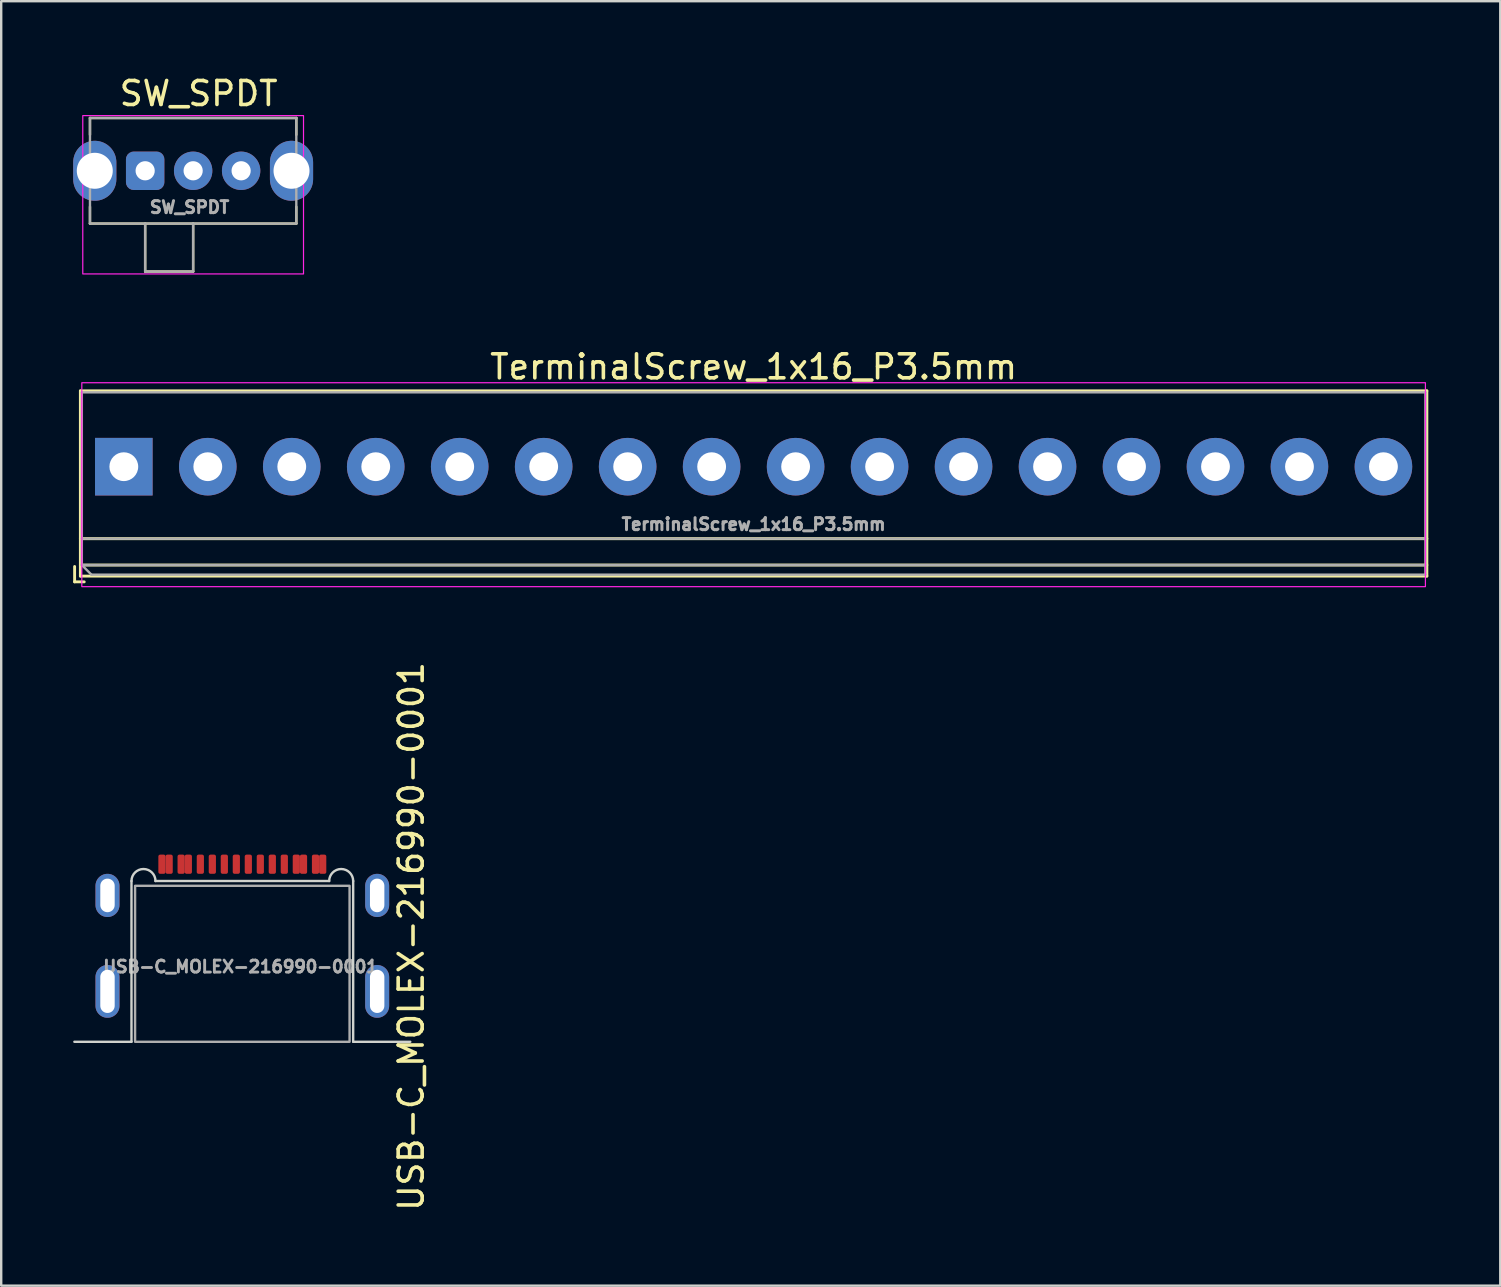
<source format=kicad_pcb>
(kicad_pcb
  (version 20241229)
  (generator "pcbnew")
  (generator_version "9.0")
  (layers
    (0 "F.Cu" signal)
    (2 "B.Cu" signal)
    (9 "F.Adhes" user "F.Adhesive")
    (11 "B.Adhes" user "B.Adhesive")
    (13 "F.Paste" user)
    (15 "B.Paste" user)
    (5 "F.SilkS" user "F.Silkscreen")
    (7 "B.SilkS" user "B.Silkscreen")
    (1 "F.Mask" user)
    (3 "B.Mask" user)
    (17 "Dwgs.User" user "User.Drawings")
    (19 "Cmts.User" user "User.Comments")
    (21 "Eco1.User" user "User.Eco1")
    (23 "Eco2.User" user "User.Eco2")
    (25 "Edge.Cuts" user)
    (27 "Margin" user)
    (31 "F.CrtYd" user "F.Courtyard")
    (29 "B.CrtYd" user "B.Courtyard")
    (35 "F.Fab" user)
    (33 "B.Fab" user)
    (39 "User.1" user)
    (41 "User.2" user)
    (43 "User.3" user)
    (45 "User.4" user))
  (footprint "TerminalScrew_1x16_P3.5mm"
    (layer "F.Cu")
    (at 28.36 16.401)
    (property "Reference" "TerminalScrew_1x16_P3.5mm" (at 0 -4.16 0) (layer "F.SilkS") (effects (font (size 1 1) (thickness 0.15))))
    (attr through_hole)
    (fp_line (start -28.3 4.16) (end -28.3 4.8) (stroke (width 0.12) (type solid)) (layer "F.SilkS"))
    (fp_line (start -28.3 4.8) (end -27.9 4.8) (stroke (width 0.12) (type solid)) (layer "F.SilkS"))
    (fp_line (start -28.06 -3.16) (end -28.06 4.56) (stroke (width 0.12) (type solid)) (layer "F.SilkS"))
    (fp_line (start -28.06 -3.16) (end 28.06 -3.16) (stroke (width 0.12) (type solid)) (layer "F.SilkS"))
    (fp_line (start -28.06 3) (end 28.06 3) (stroke (width 0.12) (type solid)) (layer "F.SilkS"))
    (fp_line (start -28.06 4.1) (end 28.06 4.1) (stroke (width 0.12) (type solid)) (layer "F.SilkS"))
    (fp_line (start -28.06 4.56) (end 28.06 4.56) (stroke (width 0.12) (type solid)) (layer "F.SilkS"))
    (fp_line (start 28.06 -3.16) (end 28.06 4.56) (stroke (width 0.12) (type solid)) (layer "F.SilkS"))
    (fp_rect (start -28 -3.5) (end 28 5) (stroke (width 0.05) (type default)) (fill no) (layer "F.CrtYd"))
    (fp_line (start -28 -3.1) (end 28 -3.1) (stroke (width 0.1) (type solid)) (layer "F.Fab"))
    (fp_line (start -28 3) (end 28 3) (stroke (width 0.1) (type solid)) (layer "F.Fab"))
    (fp_line (start -28 4.1) (end -28 -3.1) (stroke (width 0.1) (type solid)) (layer "F.Fab"))
    (fp_line (start -28 4.1) (end 28 4.1) (stroke (width 0.1) (type solid)) (layer "F.Fab"))
    (fp_line (start -27.6 4.5) (end -28 4.1) (stroke (width 0.1) (type solid)) (layer "F.Fab"))
    (fp_line (start 28 -3.1) (end 28 4.5) (stroke (width 0.1) (type solid)) (layer "F.Fab"))
    (fp_line (start 28 4.5) (end -27.6 4.5) (stroke (width 0.1) (type solid)) (layer "F.Fab"))
    (fp_text user "${REFERENCE}" (at 0 2.4 0) (layer "F.Fab") (effects (font (size 0.5 0.5) (thickness 0.125))))
    (pad "1" thru_hole rect (at -26.25 0) (size 2.4 2.4) (drill 1.2) (layers "*.Cu" "*.Mask"))
    (pad "2" thru_hole circle (at -22.75 0) (size 2.4 2.4) (drill 1.2) (layers "*.Cu" "*.Mask"))
    (pad "3" thru_hole circle (at -19.25 0) (size 2.4 2.4) (drill 1.2) (layers "*.Cu" "*.Mask"))
    (pad "4" thru_hole circle (at -15.75 0) (size 2.4 2.4) (drill 1.2) (layers "*.Cu" "*.Mask"))
    (pad "5" thru_hole circle (at -12.25 0) (size 2.4 2.4) (drill 1.2) (layers "*.Cu" "*.Mask"))
    (pad "6" thru_hole circle (at -8.75 0) (size 2.4 2.4) (drill 1.2) (layers "*.Cu" "*.Mask"))
    (pad "7" thru_hole circle (at -5.25 0) (size 2.4 2.4) (drill 1.2) (layers "*.Cu" "*.Mask"))
    (pad "8" thru_hole circle (at -1.75 0) (size 2.4 2.4) (drill 1.2) (layers "*.Cu" "*.Mask"))
    (pad "9" thru_hole circle (at 1.75 0) (size 2.4 2.4) (drill 1.2) (layers "*.Cu" "*.Mask"))
    (pad "10" thru_hole circle (at 5.25 0) (size 2.4 2.4) (drill 1.2) (layers "*.Cu" "*.Mask"))
    (pad "11" thru_hole circle (at 8.75 0) (size 2.4 2.4) (drill 1.2) (layers "*.Cu" "*.Mask"))
    (pad "12" thru_hole circle (at 12.25 0) (size 2.4 2.4) (drill 1.2) (layers "*.Cu" "*.Mask"))
    (pad "13" thru_hole circle (at 15.75 0) (size 2.4 2.4) (drill 1.2) (layers "*.Cu" "*.Mask"))
    (pad "14" thru_hole circle (at 19.25 0) (size 2.4 2.4) (drill 1.2) (layers "*.Cu" "*.Mask"))
    (pad "15" thru_hole circle (at 22.75 0) (size 2.4 2.4) (drill 1.2) (layers "*.Cu" "*.Mask"))
    (pad "16" thru_hole circle (at 26.25 0) (size 2.4 2.4) (drill 1.2) (layers "*.Cu" "*.Mask")))
  (footprint "USB-C_MOLEX-216990-0001"
    (layer "F.Cu")
    (at 7.05 37.12)
    (property "Reference" "USB-C_MOLEX-216990-0001" (at 7.04 -1.14 90) (unlocked yes) (layer "F.SilkS") (effects (font (size 1 1) (thickness 0.15))))
    (attr smd)
    (fp_line (start -7 3.25) (end -4.62 3.25) (stroke (width 0.1) (type default)) (layer "Edge.Cuts"))
    (fp_line (start -4.62 3.25) (end -4.62 -3.45) (stroke (width 0.1) (type default)) (layer "Edge.Cuts"))
    (fp_line (start 3.62 -3.45) (end -3.62 -3.45) (stroke (width 0.1) (type default)) (layer "Edge.Cuts"))
    (fp_line (start 4.62 3.25) (end 4.62 -3.45) (stroke (width 0.1) (type default)) (layer "Edge.Cuts"))
    (fp_line (start 7 3.25) (end 4.62 3.25) (stroke (width 0.1) (type default)) (layer "Edge.Cuts"))
    (fp_arc (start -4.62 -3.45) (mid -4.12 -3.95) (end -3.62 -3.45) (stroke (width 0.1) (type default)) (layer "Edge.Cuts"))
    (fp_arc (start 3.62 -3.45) (mid 4.12 -3.95) (end 4.62 -3.45) (stroke (width 0.1) (type default)) (layer "Edge.Cuts"))
    (fp_rect (start -4.47 -3.25) (end 4.47 3.25) (stroke (width 0.1) (type default)) (fill no) (layer "F.Fab"))
    (fp_text user "${REFERENCE}" (at -0.07 0.12 0) (unlocked yes) (layer "F.Fab") (effects (font (size 0.5 0.5) (thickness 0.12))))
    (pad "A1" smd roundrect (at -3.35 -4.15) (size 0.3 0.8) (layers "F.Cu" "F.Mask" "F.Paste") (roundrect_rratio 0.25))
    (pad "A4" smd roundrect (at -2.55 -4.15) (size 0.3 0.8) (layers "F.Cu" "F.Mask" "F.Paste") (roundrect_rratio 0.25))
    (pad "A5" smd roundrect (at -1.25 -4.15) (size 0.3 0.8) (layers "F.Cu" "F.Mask" "F.Paste") (roundrect_rratio 0.25))
    (pad "A6" smd roundrect (at -0.25 -4.15) (size 0.3 0.8) (layers "F.Cu" "F.Mask" "F.Paste") (roundrect_rratio 0.25))
    (pad "A7" smd roundrect (at 0.25 -4.15) (size 0.3 0.8) (layers "F.Cu" "F.Mask" "F.Paste") (roundrect_rratio 0.25))
    (pad "A8" smd roundrect (at 1.25 -4.15) (size 0.3 0.8) (layers "F.Cu" "F.Mask" "F.Paste") (roundrect_rratio 0.25))
    (pad "A9" smd roundrect (at 2.55 -4.15) (size 0.3 0.8) (layers "F.Cu" "F.Mask" "F.Paste") (roundrect_rratio 0.25))
    (pad "A12" smd roundrect (at 3.35 -4.15) (size 0.3 0.8) (layers "F.Cu" "F.Mask" "F.Paste") (roundrect_rratio 0.25))
    (pad "B1" smd roundrect (at 3.05 -4.15) (size 0.3 0.8) (layers "F.Cu" "F.Mask" "F.Paste") (roundrect_rratio 0.25))
    (pad "B4" smd roundrect (at 2.25 -4.15) (size 0.3 0.8) (layers "F.Cu" "F.Mask" "F.Paste") (roundrect_rratio 0.25))
    (pad "B5" smd roundrect (at 1.75 -4.15) (size 0.3 0.8) (layers "F.Cu" "F.Mask" "F.Paste") (roundrect_rratio 0.25))
    (pad "B6" smd roundrect (at 0.75 -4.15) (size 0.3 0.8) (layers "F.Cu" "F.Mask" "F.Paste") (roundrect_rratio 0.25))
    (pad "B7" smd roundrect (at -0.75 -4.15) (size 0.3 0.8) (layers "F.Cu" "F.Mask" "F.Paste") (roundrect_rratio 0.25))
    (pad "B8" smd roundrect (at -1.75 -4.15) (size 0.3 0.8) (layers "F.Cu" "F.Mask" "F.Paste") (roundrect_rratio 0.25))
    (pad "B9" smd roundrect (at -2.25 -4.15) (size 0.3 0.8) (layers "F.Cu" "F.Mask" "F.Paste") (roundrect_rratio 0.25))
    (pad "B12" smd roundrect (at -3.05 -4.15) (size 0.3 0.8) (layers "F.Cu" "F.Mask" "F.Paste") (roundrect_rratio 0.25))
    (pad "MP" thru_hole oval (at -5.62 -2.85) (size 1 1.8) (drill oval 0.6 1.4) (layers "*.Cu" "*.Mask" "F.Paste"))
    (pad "MP" thru_hole oval (at -5.62 1.15) (size 1 2.2) (drill oval 0.6 1.8) (layers "*.Cu" "*.Mask" "F.Paste"))
    (pad "MP" thru_hole oval (at 5.62 -2.85) (size 1 1.8) (drill oval 0.6 1.4) (layers "*.Cu" "*.Mask" "F.Paste"))
    (pad "MP" thru_hole oval (at 5.62 1.15) (size 1 2.2) (drill oval 0.6 1.8) (layers "*.Cu" "*.Mask" "F.Paste")))
  (footprint "SW_SPDT"
    (layer "F.Cu")
    (at 5 4.068)
    (property "Reference" "SW_SPDT" (at 0.23 -3.22 0) (layer "F.SilkS") (effects (font (size 1 1) (thickness 0.15))))
    (attr through_hole)
    (fp_line (start -4.3 -2.2) (end -4.3 -1.5) (stroke (width 0.1) (type solid)) (layer "F.SilkS"))
    (fp_line (start -4.3 -2.2) (end 4.3 -2.2) (stroke (width 0.1) (type solid)) (layer "F.SilkS"))
    (fp_line (start -4.3 2.2) (end -4.3 1.5) (stroke (width 0.1) (type solid)) (layer "F.SilkS"))
    (fp_line (start -2 4.2) (end -2 2.2) (stroke (width 0.1) (type solid)) (layer "F.SilkS"))
    (fp_line (start 0 2.2) (end 0 4.2) (stroke (width 0.1) (type solid)) (layer "F.SilkS"))
    (fp_line (start 0 4.2) (end -2 4.2) (stroke (width 0.1) (type solid)) (layer "F.SilkS"))
    (fp_line (start 4.3 -2.2) (end 4.3 -1.5) (stroke (width 0.1) (type solid)) (layer "F.SilkS"))
    (fp_line (start 4.3 1.5) (end 4.3 2.2) (stroke (width 0.1) (type solid)) (layer "F.SilkS"))
    (fp_line (start 4.3 2.2) (end -4.3 2.2) (stroke (width 0.1) (type solid)) (layer "F.SilkS"))
    (fp_rect (start -4.6 -2.3) (end 4.6 4.3) (stroke (width 0.05) (type default)) (fill no) (layer "F.CrtYd"))
    (fp_line (start -4.3 -2.2) (end 4.3 -2.2) (stroke (width 0.1) (type solid)) (layer "F.Fab"))
    (fp_line (start -4.3 2.2) (end -4.3 -2.2) (stroke (width 0.1) (type solid)) (layer "F.Fab"))
    (fp_line (start -2 4.2) (end -2 2.2) (stroke (width 0.1) (type solid)) (layer "F.Fab"))
    (fp_line (start 0 2.2) (end 0 4.2) (stroke (width 0.1) (type solid)) (layer "F.Fab"))
    (fp_line (start 0 4.2) (end -2 4.2) (stroke (width 0.1) (type solid)) (layer "F.Fab"))
    (fp_line (start 4.3 -2.2) (end 4.3 2.2) (stroke (width 0.1) (type solid)) (layer "F.Fab"))
    (fp_line (start 4.3 2.2) (end -4.3 2.2) (stroke (width 0.1) (type solid)) (layer "F.Fab"))
    (fp_text user "${REFERENCE}" (at -0.15 1.52 0) (layer "F.Fab") (effects (font (size 0.5 0.5) (thickness 0.125))))
    (pad "COM" thru_hole circle (at 0 0) (size 1.6 1.6) (drill 0.8) (layers "*.Cu" "*.Mask"))
    (pad "LC" thru_hole roundrect (at -2 0) (size 1.6 1.6) (drill 0.8) (layers "*.Cu" "*.Mask") (roundrect_rratio 0.2))
    (pad "MP" thru_hole oval (at -4.1 0) (size 1.8 2.5) (drill 1.5) (layers "*.Cu" "*.Mask"))
    (pad "MP" thru_hole oval (at 4.1 0) (size 1.8 2.5) (drill 1.5) (layers "*.Cu" "*.Mask"))
    (pad "RC" thru_hole circle (at 2 0) (size 1.6 1.6) (drill 0.8) (layers "*.Cu" "*.Mask")))
  (gr_rect
    (start -3 -3)
    (end 59.48 50.534)
    (stroke (width 0.1) (type default))
    (fill no)
    (layer "Edge.Cuts")))
</source>
